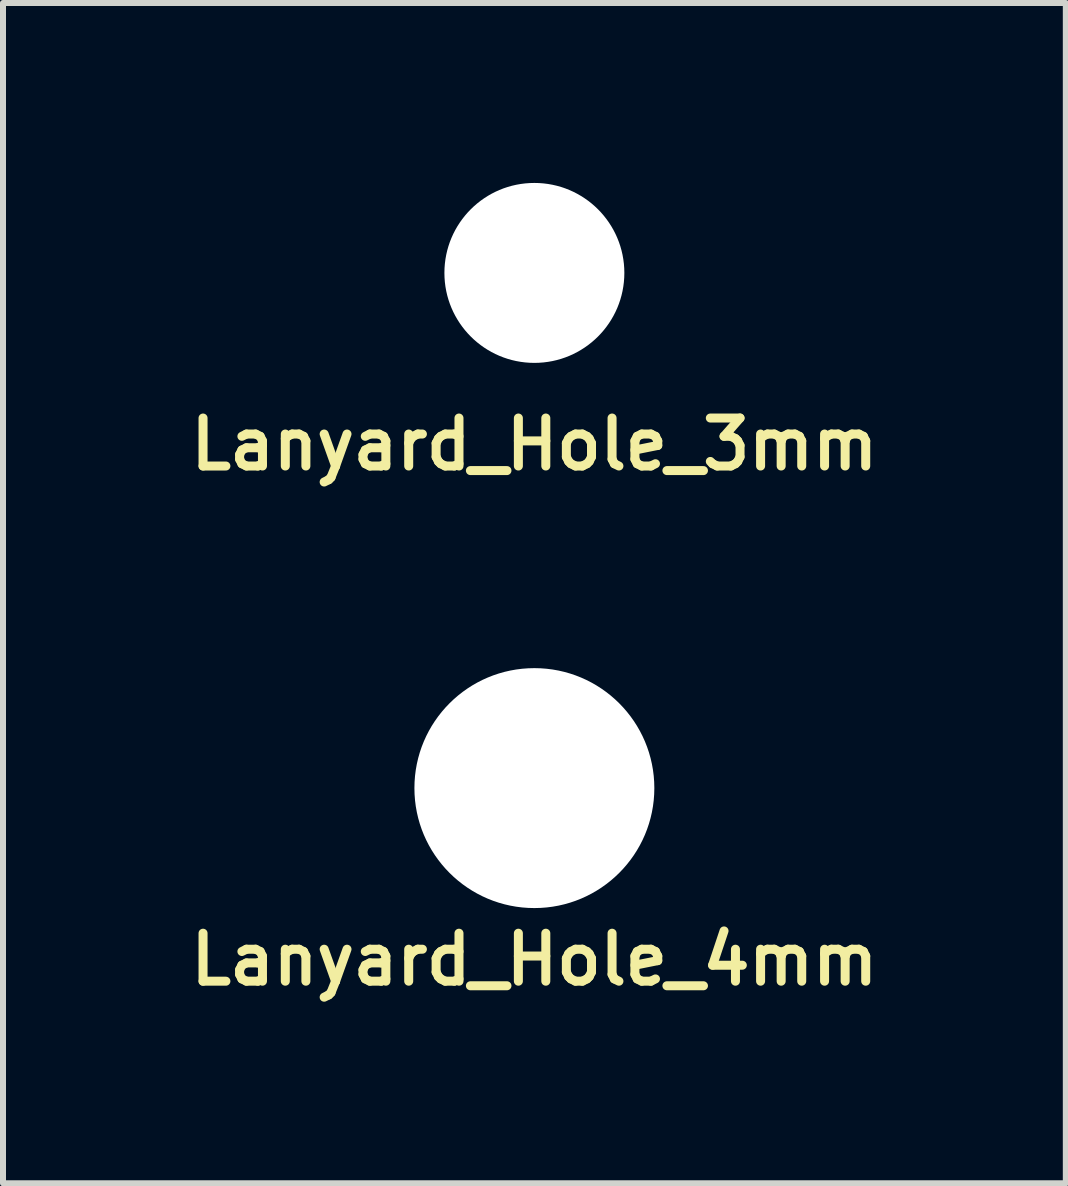
<source format=kicad_pcb>
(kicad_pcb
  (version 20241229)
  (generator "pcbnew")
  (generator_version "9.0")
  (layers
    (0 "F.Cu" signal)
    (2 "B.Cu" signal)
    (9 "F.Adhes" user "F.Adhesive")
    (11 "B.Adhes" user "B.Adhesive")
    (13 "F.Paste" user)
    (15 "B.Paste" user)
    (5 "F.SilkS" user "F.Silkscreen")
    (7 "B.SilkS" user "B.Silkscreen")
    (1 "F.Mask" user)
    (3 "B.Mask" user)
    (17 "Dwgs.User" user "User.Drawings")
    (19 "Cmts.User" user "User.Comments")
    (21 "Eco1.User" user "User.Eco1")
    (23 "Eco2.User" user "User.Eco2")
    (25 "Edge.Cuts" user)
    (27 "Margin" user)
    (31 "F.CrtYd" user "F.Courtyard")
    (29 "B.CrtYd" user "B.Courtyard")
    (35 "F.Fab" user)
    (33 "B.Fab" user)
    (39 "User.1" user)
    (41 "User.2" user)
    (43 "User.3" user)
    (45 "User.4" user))
  (footprint "Lanyard_Hole_4mm"
    (layer "F.Cu")
    (at 5.859 10.089)
    (property "Reference" "Lanyard_Hole_4mm" (at 0 2.857 0) (layer "F.SilkS") (effects (font (size 0.8 0.8) (thickness 0.15))))
    (attr through_hole)
    (pad "" np_thru_hole circle (at 0 0) (size 4 4) (drill 4) (layers "*.Cu" "*.Mask")))
  (footprint "Lanyard_Hole_3mm"
    (layer "F.Cu")
    (at 5.859 1.5)
    (property "Reference" "Lanyard_Hole_3mm" (at 0 2.857 0) (layer "F.SilkS") (effects (font (size 0.8 0.8) (thickness 0.15))))
    (attr through_hole)
    (pad "" np_thru_hole circle (at 0 0) (size 3 3) (drill 3) (layers "*.Cu" "*.Mask")))
  (gr_rect
    (start -3 -3)
    (end 14.719 16.677)
    (stroke (width 0.1) (type default))
    (fill no)
    (layer "Edge.Cuts")))
</source>
